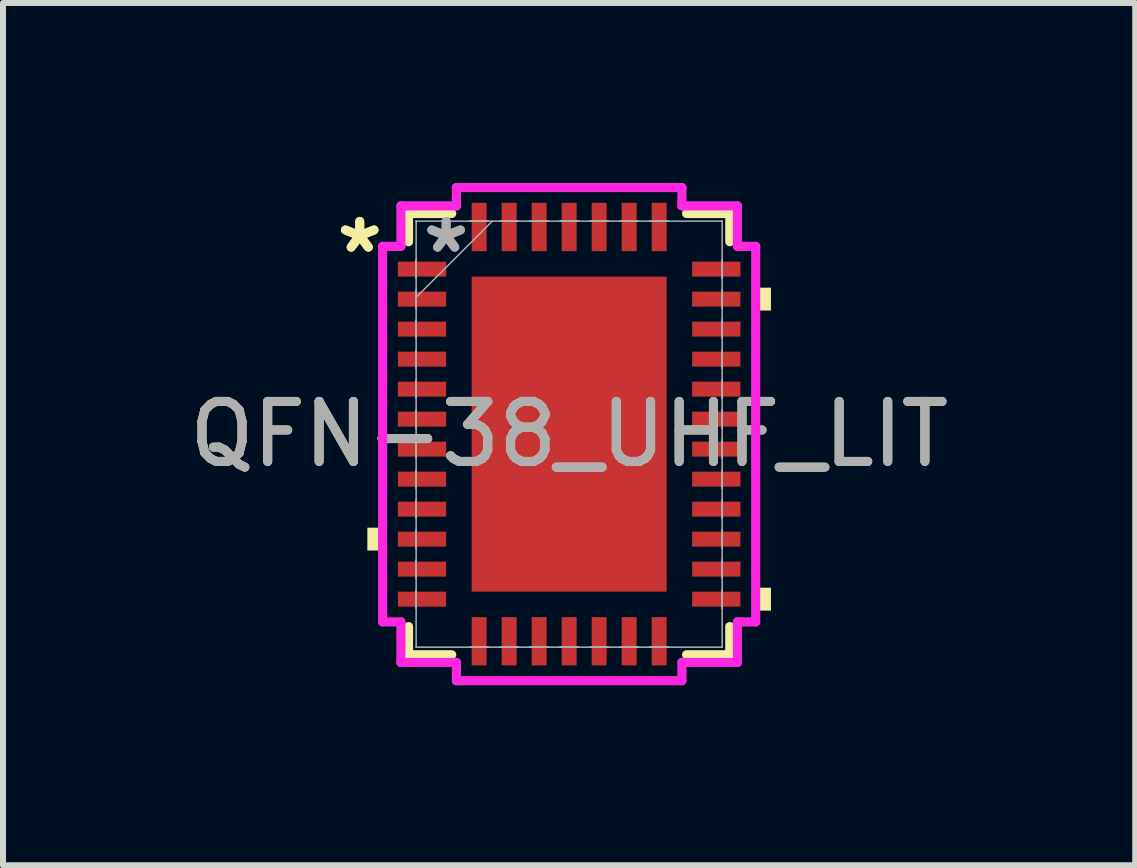
<source format=kicad_pcb>
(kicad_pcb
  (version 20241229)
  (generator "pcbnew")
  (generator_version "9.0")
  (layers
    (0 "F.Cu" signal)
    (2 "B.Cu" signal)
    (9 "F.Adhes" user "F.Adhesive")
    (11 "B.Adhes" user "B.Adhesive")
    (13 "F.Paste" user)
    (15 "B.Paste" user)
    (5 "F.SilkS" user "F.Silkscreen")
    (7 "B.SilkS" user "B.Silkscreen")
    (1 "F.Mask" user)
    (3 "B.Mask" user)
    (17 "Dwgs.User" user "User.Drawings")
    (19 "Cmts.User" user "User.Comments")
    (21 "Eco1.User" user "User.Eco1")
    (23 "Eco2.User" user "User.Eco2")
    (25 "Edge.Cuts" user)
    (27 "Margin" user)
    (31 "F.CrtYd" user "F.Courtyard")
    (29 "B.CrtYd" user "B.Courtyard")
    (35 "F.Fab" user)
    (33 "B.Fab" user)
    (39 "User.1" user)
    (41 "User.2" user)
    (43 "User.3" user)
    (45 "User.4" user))
  (footprint "QFN-38_UHF_LIT"
    (layer "F.Cu")
    (at 6.435 4.185)
    (property "Reference" "QFN-38_UHF_LIT" (at 0 0 0) (unlocked yes) (layer "F.SilkS") (effects (font (size 1 1) (thickness 0.15))))
    (attr smd)
    (fp_line (start -2.677 -3.677) (end -2.677 -3.207) (stroke (width 0.152) (type solid)) (layer "F.SilkS"))
    (fp_line (start -2.677 3.207) (end -2.677 3.677) (stroke (width 0.152) (type solid)) (layer "F.SilkS"))
    (fp_line (start -2.677 3.677) (end -1.957 3.677) (stroke (width 0.152) (type solid)) (layer "F.SilkS"))
    (fp_line (start -1.957 -3.677) (end -2.677 -3.677) (stroke (width 0.152) (type solid)) (layer "F.SilkS"))
    (fp_line (start 1.957 3.677) (end 2.677 3.677) (stroke (width 0.152) (type solid)) (layer "F.SilkS"))
    (fp_line (start 2.677 -3.677) (end 1.957 -3.677) (stroke (width 0.152) (type solid)) (layer "F.SilkS"))
    (fp_line (start 2.677 -3.207) (end 2.677 -3.677) (stroke (width 0.152) (type solid)) (layer "F.SilkS"))
    (fp_line (start 2.677 3.677) (end 2.677 3.207) (stroke (width 0.152) (type solid)) (layer "F.SilkS"))
    (fp_poly (pts (xy -3.363 1.559) (xy -3.363 1.94) (xy -3.109 1.94) (xy -3.109 1.559)) (stroke (width 0) (type solid)) (fill yes) (layer "F.SilkS"))
    (fp_poly (pts (xy 3.363 -2.441) (xy 3.363 -2.06) (xy 3.109 -2.06) (xy 3.109 -2.441)) (stroke (width 0) (type solid)) (fill yes) (layer "F.SilkS"))
    (fp_poly (pts (xy 3.363 2.559) (xy 3.363 2.941) (xy 3.109 2.941) (xy 3.109 2.559)) (stroke (width 0) (type solid)) (fill yes) (layer "F.SilkS"))
    (fp_poly (pts (xy -1.525 -2.525) (xy -1.525 -1.413) (xy -0.1 -1.413) (xy -0.1 -2.525)) (stroke (width 0) (type solid)) (fill yes) (layer "F.Paste"))
    (fp_poly (pts (xy -1.525 -1.212) (xy -1.525 -0.1) (xy -0.1 -0.1) (xy -0.1 -1.212)) (stroke (width 0) (type solid)) (fill yes) (layer "F.Paste"))
    (fp_poly (pts (xy -1.525 0.1) (xy -1.525 1.212) (xy -0.1 1.212) (xy -0.1 0.1)) (stroke (width 0) (type solid)) (fill yes) (layer "F.Paste"))
    (fp_poly (pts (xy -1.525 1.413) (xy -1.525 2.525) (xy -0.1 2.525) (xy -0.1 1.413)) (stroke (width 0) (type solid)) (fill yes) (layer "F.Paste"))
    (fp_poly (pts (xy 0.1 -2.525) (xy 0.1 -1.413) (xy 1.525 -1.413) (xy 1.525 -2.525)) (stroke (width 0) (type solid)) (fill yes) (layer "F.Paste"))
    (fp_poly (pts (xy 0.1 -1.212) (xy 0.1 -0.1) (xy 1.525 -0.1) (xy 1.525 -1.212)) (stroke (width 0) (type solid)) (fill yes) (layer "F.Paste"))
    (fp_poly (pts (xy 0.1 0.1) (xy 0.1 1.212) (xy 1.525 1.212) (xy 1.525 0.1)) (stroke (width 0) (type solid)) (fill yes) (layer "F.Paste"))
    (fp_poly (pts (xy 0.1 1.413) (xy 0.1 2.525) (xy 1.525 2.525) (xy 1.525 1.413)) (stroke (width 0) (type solid)) (fill yes) (layer "F.Paste"))
    (fp_line (start -3.109 -3.129) (end -2.804 -3.129) (stroke (width 0.152) (type solid)) (layer "F.CrtYd"))
    (fp_line (start -3.109 3.129) (end -3.109 -3.129) (stroke (width 0.152) (type solid)) (layer "F.CrtYd"))
    (fp_line (start -2.804 -3.804) (end -1.879 -3.804) (stroke (width 0.152) (type solid)) (layer "F.CrtYd"))
    (fp_line (start -2.804 -3.129) (end -2.804 -3.804) (stroke (width 0.152) (type solid)) (layer "F.CrtYd"))
    (fp_line (start -2.804 3.129) (end -3.109 3.129) (stroke (width 0.152) (type solid)) (layer "F.CrtYd"))
    (fp_line (start -2.804 3.804) (end -2.804 3.129) (stroke (width 0.152) (type solid)) (layer "F.CrtYd"))
    (fp_line (start -1.879 -4.109) (end 1.879 -4.109) (stroke (width 0.152) (type solid)) (layer "F.CrtYd"))
    (fp_line (start -1.879 -3.804) (end -1.879 -4.109) (stroke (width 0.152) (type solid)) (layer "F.CrtYd"))
    (fp_line (start -1.879 3.804) (end -2.804 3.804) (stroke (width 0.152) (type solid)) (layer "F.CrtYd"))
    (fp_line (start -1.879 4.109) (end -1.879 3.804) (stroke (width 0.152) (type solid)) (layer "F.CrtYd"))
    (fp_line (start 1.879 -4.109) (end 1.879 -3.804) (stroke (width 0.152) (type solid)) (layer "F.CrtYd"))
    (fp_line (start 1.879 -3.804) (end 2.804 -3.804) (stroke (width 0.152) (type solid)) (layer "F.CrtYd"))
    (fp_line (start 1.879 3.804) (end 1.879 4.109) (stroke (width 0.152) (type solid)) (layer "F.CrtYd"))
    (fp_line (start 1.879 4.109) (end -1.879 4.109) (stroke (width 0.152) (type solid)) (layer "F.CrtYd"))
    (fp_line (start 2.804 -3.804) (end 2.804 -3.129) (stroke (width 0.152) (type solid)) (layer "F.CrtYd"))
    (fp_line (start 2.804 -3.129) (end 3.109 -3.129) (stroke (width 0.152) (type solid)) (layer "F.CrtYd"))
    (fp_line (start 2.804 3.129) (end 2.804 3.804) (stroke (width 0.152) (type solid)) (layer "F.CrtYd"))
    (fp_line (start 2.804 3.804) (end 1.879 3.804) (stroke (width 0.152) (type solid)) (layer "F.CrtYd"))
    (fp_line (start 3.109 -3.129) (end 3.109 3.129) (stroke (width 0.152) (type solid)) (layer "F.CrtYd"))
    (fp_line (start 3.109 3.129) (end 2.804 3.129) (stroke (width 0.152) (type solid)) (layer "F.CrtYd"))
    (fp_line (start -2.55 -3.55) (end -2.55 -3.55) (stroke (width 0.025) (type solid)) (layer "F.Fab"))
    (fp_line (start -2.55 -3.55) (end -2.55 3.55) (stroke (width 0.025) (type solid)) (layer "F.Fab"))
    (fp_line (start -2.55 -2.9) (end -2.55 -2.9) (stroke (width 0.025) (type solid)) (layer "F.Fab"))
    (fp_line (start -2.55 -2.9) (end -2.55 -2.6) (stroke (width 0.025) (type solid)) (layer "F.Fab"))
    (fp_line (start -2.55 -2.6) (end -2.55 -2.9) (stroke (width 0.025) (type solid)) (layer "F.Fab"))
    (fp_line (start -2.55 -2.6) (end -2.55 -2.6) (stroke (width 0.025) (type solid)) (layer "F.Fab"))
    (fp_line (start -2.55 -2.4) (end -2.55 -2.4) (stroke (width 0.025) (type solid)) (layer "F.Fab"))
    (fp_line (start -2.55 -2.4) (end -2.55 -2.1) (stroke (width 0.025) (type solid)) (layer "F.Fab"))
    (fp_line (start -2.55 -2.28) (end -1.28 -3.55) (stroke (width 0.025) (type solid)) (layer "F.Fab"))
    (fp_line (start -2.55 -2.1) (end -2.55 -2.4) (stroke (width 0.025) (type solid)) (layer "F.Fab"))
    (fp_line (start -2.55 -2.1) (end -2.55 -2.1) (stroke (width 0.025) (type solid)) (layer "F.Fab"))
    (fp_line (start -2.55 -1.9) (end -2.55 -1.9) (stroke (width 0.025) (type solid)) (layer "F.Fab"))
    (fp_line (start -2.55 -1.9) (end -2.55 -1.6) (stroke (width 0.025) (type solid)) (layer "F.Fab"))
    (fp_line (start -2.55 -1.6) (end -2.55 -1.9) (stroke (width 0.025) (type solid)) (layer "F.Fab"))
    (fp_line (start -2.55 -1.6) (end -2.55 -1.6) (stroke (width 0.025) (type solid)) (layer "F.Fab"))
    (fp_line (start -2.55 -1.4) (end -2.55 -1.4) (stroke (width 0.025) (type solid)) (layer "F.Fab"))
    (fp_line (start -2.55 -1.4) (end -2.55 -1.1) (stroke (width 0.025) (type solid)) (layer "F.Fab"))
    (fp_line (start -2.55 -1.1) (end -2.55 -1.4) (stroke (width 0.025) (type solid)) (layer "F.Fab"))
    (fp_line (start -2.55 -1.1) (end -2.55 -1.1) (stroke (width 0.025) (type solid)) (layer "F.Fab"))
    (fp_line (start -2.55 -0.9) (end -2.55 -0.9) (stroke (width 0.025) (type solid)) (layer "F.Fab"))
    (fp_line (start -2.55 -0.9) (end -2.55 -0.6) (stroke (width 0.025) (type solid)) (layer "F.Fab"))
    (fp_line (start -2.55 -0.6) (end -2.55 -0.9) (stroke (width 0.025) (type solid)) (layer "F.Fab"))
    (fp_line (start -2.55 -0.6) (end -2.55 -0.6) (stroke (width 0.025) (type solid)) (layer "F.Fab"))
    (fp_line (start -2.55 -0.4) (end -2.55 -0.4) (stroke (width 0.025) (type solid)) (layer "F.Fab"))
    (fp_line (start -2.55 -0.4) (end -2.55 -0.1) (stroke (width 0.025) (type solid)) (layer "F.Fab"))
    (fp_line (start -2.55 -0.1) (end -2.55 -0.4) (stroke (width 0.025) (type solid)) (layer "F.Fab"))
    (fp_line (start -2.55 -0.1) (end -2.55 -0.1) (stroke (width 0.025) (type solid)) (layer "F.Fab"))
    (fp_line (start -2.55 0.1) (end -2.55 0.1) (stroke (width 0.025) (type solid)) (layer "F.Fab"))
    (fp_line (start -2.55 0.1) (end -2.55 0.4) (stroke (width 0.025) (type solid)) (layer "F.Fab"))
    (fp_line (start -2.55 0.4) (end -2.55 0.1) (stroke (width 0.025) (type solid)) (layer "F.Fab"))
    (fp_line (start -2.55 0.4) (end -2.55 0.4) (stroke (width 0.025) (type solid)) (layer "F.Fab"))
    (fp_line (start -2.55 0.6) (end -2.55 0.6) (stroke (width 0.025) (type solid)) (layer "F.Fab"))
    (fp_line (start -2.55 0.6) (end -2.55 0.9) (stroke (width 0.025) (type solid)) (layer "F.Fab"))
    (fp_line (start -2.55 0.9) (end -2.55 0.6) (stroke (width 0.025) (type solid)) (layer "F.Fab"))
    (fp_line (start -2.55 0.9) (end -2.55 0.9) (stroke (width 0.025) (type solid)) (layer "F.Fab"))
    (fp_line (start -2.55 1.1) (end -2.55 1.1) (stroke (width 0.025) (type solid)) (layer "F.Fab"))
    (fp_line (start -2.55 1.1) (end -2.55 1.4) (stroke (width 0.025) (type solid)) (layer "F.Fab"))
    (fp_line (start -2.55 1.4) (end -2.55 1.1) (stroke (width 0.025) (type solid)) (layer "F.Fab"))
    (fp_line (start -2.55 1.4) (end -2.55 1.4) (stroke (width 0.025) (type solid)) (layer "F.Fab"))
    (fp_line (start -2.55 1.6) (end -2.55 1.6) (stroke (width 0.025) (type solid)) (layer "F.Fab"))
    (fp_line (start -2.55 1.6) (end -2.55 1.9) (stroke (width 0.025) (type solid)) (layer "F.Fab"))
    (fp_line (start -2.55 1.9) (end -2.55 1.6) (stroke (width 0.025) (type solid)) (layer "F.Fab"))
    (fp_line (start -2.55 1.9) (end -2.55 1.9) (stroke (width 0.025) (type solid)) (layer "F.Fab"))
    (fp_line (start -2.55 2.1) (end -2.55 2.1) (stroke (width 0.025) (type solid)) (layer "F.Fab"))
    (fp_line (start -2.55 2.1) (end -2.55 2.4) (stroke (width 0.025) (type solid)) (layer "F.Fab"))
    (fp_line (start -2.55 2.4) (end -2.55 2.1) (stroke (width 0.025) (type solid)) (layer "F.Fab"))
    (fp_line (start -2.55 2.4) (end -2.55 2.4) (stroke (width 0.025) (type solid)) (layer "F.Fab"))
    (fp_line (start -2.55 2.6) (end -2.55 2.6) (stroke (width 0.025) (type solid)) (layer "F.Fab"))
    (fp_line (start -2.55 2.6) (end -2.55 2.9) (stroke (width 0.025) (type solid)) (layer "F.Fab"))
    (fp_line (start -2.55 2.9) (end -2.55 2.6) (stroke (width 0.025) (type solid)) (layer "F.Fab"))
    (fp_line (start -2.55 2.9) (end -2.55 2.9) (stroke (width 0.025) (type solid)) (layer "F.Fab"))
    (fp_line (start -2.55 3.55) (end -2.55 3.55) (stroke (width 0.025) (type solid)) (layer "F.Fab"))
    (fp_line (start -2.55 3.55) (end 2.55 3.55) (stroke (width 0.025) (type solid)) (layer "F.Fab"))
    (fp_line (start -1.65 -3.55) (end -1.65 -3.55) (stroke (width 0.025) (type solid)) (layer "F.Fab"))
    (fp_line (start -1.65 -3.55) (end -1.35 -3.55) (stroke (width 0.025) (type solid)) (layer "F.Fab"))
    (fp_line (start -1.65 3.55) (end -1.65 3.55) (stroke (width 0.025) (type solid)) (layer "F.Fab"))
    (fp_line (start -1.65 3.55) (end -1.35 3.55) (stroke (width 0.025) (type solid)) (layer "F.Fab"))
    (fp_line (start -1.35 -3.55) (end -1.65 -3.55) (stroke (width 0.025) (type solid)) (layer "F.Fab"))
    (fp_line (start -1.35 -3.55) (end -1.35 -3.55) (stroke (width 0.025) (type solid)) (layer "F.Fab"))
    (fp_line (start -1.35 3.55) (end -1.65 3.55) (stroke (width 0.025) (type solid)) (layer "F.Fab"))
    (fp_line (start -1.35 3.55) (end -1.35 3.55) (stroke (width 0.025) (type solid)) (layer "F.Fab"))
    (fp_line (start -1.15 -3.55) (end -1.15 -3.55) (stroke (width 0.025) (type solid)) (layer "F.Fab"))
    (fp_line (start -1.15 -3.55) (end -0.85 -3.55) (stroke (width 0.025) (type solid)) (layer "F.Fab"))
    (fp_line (start -1.15 3.55) (end -1.15 3.55) (stroke (width 0.025) (type solid)) (layer "F.Fab"))
    (fp_line (start -1.15 3.55) (end -0.85 3.55) (stroke (width 0.025) (type solid)) (layer "F.Fab"))
    (fp_line (start -0.85 -3.55) (end -1.15 -3.55) (stroke (width 0.025) (type solid)) (layer "F.Fab"))
    (fp_line (start -0.85 -3.55) (end -0.85 -3.55) (stroke (width 0.025) (type solid)) (layer "F.Fab"))
    (fp_line (start -0.85 3.55) (end -1.15 3.55) (stroke (width 0.025) (type solid)) (layer "F.Fab"))
    (fp_line (start -0.85 3.55) (end -0.85 3.55) (stroke (width 0.025) (type solid)) (layer "F.Fab"))
    (fp_line (start -0.65 -3.55) (end -0.65 -3.55) (stroke (width 0.025) (type solid)) (layer "F.Fab"))
    (fp_line (start -0.65 -3.55) (end -0.35 -3.55) (stroke (width 0.025) (type solid)) (layer "F.Fab"))
    (fp_line (start -0.65 3.55) (end -0.65 3.55) (stroke (width 0.025) (type solid)) (layer "F.Fab"))
    (fp_line (start -0.65 3.55) (end -0.35 3.55) (stroke (width 0.025) (type solid)) (layer "F.Fab"))
    (fp_line (start -0.35 -3.55) (end -0.65 -3.55) (stroke (width 0.025) (type solid)) (layer "F.Fab"))
    (fp_line (start -0.35 -3.55) (end -0.35 -3.55) (stroke (width 0.025) (type solid)) (layer "F.Fab"))
    (fp_line (start -0.35 3.55) (end -0.65 3.55) (stroke (width 0.025) (type solid)) (layer "F.Fab"))
    (fp_line (start -0.35 3.55) (end -0.35 3.55) (stroke (width 0.025) (type solid)) (layer "F.Fab"))
    (fp_line (start -0.15 -3.55) (end -0.15 -3.55) (stroke (width 0.025) (type solid)) (layer "F.Fab"))
    (fp_line (start -0.15 -3.55) (end 0.15 -3.55) (stroke (width 0.025) (type solid)) (layer "F.Fab"))
    (fp_line (start -0.15 3.55) (end -0.15 3.55) (stroke (width 0.025) (type solid)) (layer "F.Fab"))
    (fp_line (start -0.15 3.55) (end 0.15 3.55) (stroke (width 0.025) (type solid)) (layer "F.Fab"))
    (fp_line (start 0.15 -3.55) (end -0.15 -3.55) (stroke (width 0.025) (type solid)) (layer "F.Fab"))
    (fp_line (start 0.15 -3.55) (end 0.15 -3.55) (stroke (width 0.025) (type solid)) (layer "F.Fab"))
    (fp_line (start 0.15 3.55) (end -0.15 3.55) (stroke (width 0.025) (type solid)) (layer "F.Fab"))
    (fp_line (start 0.15 3.55) (end 0.15 3.55) (stroke (width 0.025) (type solid)) (layer "F.Fab"))
    (fp_line (start 0.35 -3.55) (end 0.35 -3.55) (stroke (width 0.025) (type solid)) (layer "F.Fab"))
    (fp_line (start 0.35 -3.55) (end 0.65 -3.55) (stroke (width 0.025) (type solid)) (layer "F.Fab"))
    (fp_line (start 0.35 3.55) (end 0.35 3.55) (stroke (width 0.025) (type solid)) (layer "F.Fab"))
    (fp_line (start 0.35 3.55) (end 0.65 3.55) (stroke (width 0.025) (type solid)) (layer "F.Fab"))
    (fp_line (start 0.65 -3.55) (end 0.35 -3.55) (stroke (width 0.025) (type solid)) (layer "F.Fab"))
    (fp_line (start 0.65 -3.55) (end 0.65 -3.55) (stroke (width 0.025) (type solid)) (layer "F.Fab"))
    (fp_line (start 0.65 3.55) (end 0.35 3.55) (stroke (width 0.025) (type solid)) (layer "F.Fab"))
    (fp_line (start 0.65 3.55) (end 0.65 3.55) (stroke (width 0.025) (type solid)) (layer "F.Fab"))
    (fp_line (start 0.85 -3.55) (end 0.85 -3.55) (stroke (width 0.025) (type solid)) (layer "F.Fab"))
    (fp_line (start 0.85 -3.55) (end 1.15 -3.55) (stroke (width 0.025) (type solid)) (layer "F.Fab"))
    (fp_line (start 0.85 3.55) (end 0.85 3.55) (stroke (width 0.025) (type solid)) (layer "F.Fab"))
    (fp_line (start 0.85 3.55) (end 1.15 3.55) (stroke (width 0.025) (type solid)) (layer "F.Fab"))
    (fp_line (start 1.15 -3.55) (end 0.85 -3.55) (stroke (width 0.025) (type solid)) (layer "F.Fab"))
    (fp_line (start 1.15 -3.55) (end 1.15 -3.55) (stroke (width 0.025) (type solid)) (layer "F.Fab"))
    (fp_line (start 1.15 3.55) (end 0.85 3.55) (stroke (width 0.025) (type solid)) (layer "F.Fab"))
    (fp_line (start 1.15 3.55) (end 1.15 3.55) (stroke (width 0.025) (type solid)) (layer "F.Fab"))
    (fp_line (start 1.35 -3.55) (end 1.35 -3.55) (stroke (width 0.025) (type solid)) (layer "F.Fab"))
    (fp_line (start 1.35 -3.55) (end 1.65 -3.55) (stroke (width 0.025) (type solid)) (layer "F.Fab"))
    (fp_line (start 1.35 3.55) (end 1.35 3.55) (stroke (width 0.025) (type solid)) (layer "F.Fab"))
    (fp_line (start 1.35 3.55) (end 1.65 3.55) (stroke (width 0.025) (type solid)) (layer "F.Fab"))
    (fp_line (start 1.65 -3.55) (end 1.35 -3.55) (stroke (width 0.025) (type solid)) (layer "F.Fab"))
    (fp_line (start 1.65 -3.55) (end 1.65 -3.55) (stroke (width 0.025) (type solid)) (layer "F.Fab"))
    (fp_line (start 1.65 3.55) (end 1.35 3.55) (stroke (width 0.025) (type solid)) (layer "F.Fab"))
    (fp_line (start 1.65 3.55) (end 1.65 3.55) (stroke (width 0.025) (type solid)) (layer "F.Fab"))
    (fp_line (start 2.55 -3.55) (end -2.55 -3.55) (stroke (width 0.025) (type solid)) (layer "F.Fab"))
    (fp_line (start 2.55 -3.55) (end 2.55 -3.55) (stroke (width 0.025) (type solid)) (layer "F.Fab"))
    (fp_line (start 2.55 -2.9) (end 2.55 -2.9) (stroke (width 0.025) (type solid)) (layer "F.Fab"))
    (fp_line (start 2.55 -2.9) (end 2.55 -2.6) (stroke (width 0.025) (type solid)) (layer "F.Fab"))
    (fp_line (start 2.55 -2.6) (end 2.55 -2.9) (stroke (width 0.025) (type solid)) (layer "F.Fab"))
    (fp_line (start 2.55 -2.6) (end 2.55 -2.6) (stroke (width 0.025) (type solid)) (layer "F.Fab"))
    (fp_line (start 2.55 -2.4) (end 2.55 -2.4) (stroke (width 0.025) (type solid)) (layer "F.Fab"))
    (fp_line (start 2.55 -2.4) (end 2.55 -2.1) (stroke (width 0.025) (type solid)) (layer "F.Fab"))
    (fp_line (start 2.55 -2.1) (end 2.55 -2.4) (stroke (width 0.025) (type solid)) (layer "F.Fab"))
    (fp_line (start 2.55 -2.1) (end 2.55 -2.1) (stroke (width 0.025) (type solid)) (layer "F.Fab"))
    (fp_line (start 2.55 -1.9) (end 2.55 -1.9) (stroke (width 0.025) (type solid)) (layer "F.Fab"))
    (fp_line (start 2.55 -1.9) (end 2.55 -1.6) (stroke (width 0.025) (type solid)) (layer "F.Fab"))
    (fp_line (start 2.55 -1.6) (end 2.55 -1.9) (stroke (width 0.025) (type solid)) (layer "F.Fab"))
    (fp_line (start 2.55 -1.6) (end 2.55 -1.6) (stroke (width 0.025) (type solid)) (layer "F.Fab"))
    (fp_line (start 2.55 -1.4) (end 2.55 -1.4) (stroke (width 0.025) (type solid)) (layer "F.Fab"))
    (fp_line (start 2.55 -1.4) (end 2.55 -1.1) (stroke (width 0.025) (type solid)) (layer "F.Fab"))
    (fp_line (start 2.55 -1.1) (end 2.55 -1.4) (stroke (width 0.025) (type solid)) (layer "F.Fab"))
    (fp_line (start 2.55 -1.1) (end 2.55 -1.1) (stroke (width 0.025) (type solid)) (layer "F.Fab"))
    (fp_line (start 2.55 -0.9) (end 2.55 -0.9) (stroke (width 0.025) (type solid)) (layer "F.Fab"))
    (fp_line (start 2.55 -0.9) (end 2.55 -0.6) (stroke (width 0.025) (type solid)) (layer "F.Fab"))
    (fp_line (start 2.55 -0.6) (end 2.55 -0.9) (stroke (width 0.025) (type solid)) (layer "F.Fab"))
    (fp_line (start 2.55 -0.6) (end 2.55 -0.6) (stroke (width 0.025) (type solid)) (layer "F.Fab"))
    (fp_line (start 2.55 -0.4) (end 2.55 -0.4) (stroke (width 0.025) (type solid)) (layer "F.Fab"))
    (fp_line (start 2.55 -0.4) (end 2.55 -0.1) (stroke (width 0.025) (type solid)) (layer "F.Fab"))
    (fp_line (start 2.55 -0.1) (end 2.55 -0.4) (stroke (width 0.025) (type solid)) (layer "F.Fab"))
    (fp_line (start 2.55 -0.1) (end 2.55 -0.1) (stroke (width 0.025) (type solid)) (layer "F.Fab"))
    (fp_line (start 2.55 0.1) (end 2.55 0.1) (stroke (width 0.025) (type solid)) (layer "F.Fab"))
    (fp_line (start 2.55 0.1) (end 2.55 0.4) (stroke (width 0.025) (type solid)) (layer "F.Fab"))
    (fp_line (start 2.55 0.4) (end 2.55 0.1) (stroke (width 0.025) (type solid)) (layer "F.Fab"))
    (fp_line (start 2.55 0.4) (end 2.55 0.4) (stroke (width 0.025) (type solid)) (layer "F.Fab"))
    (fp_line (start 2.55 0.6) (end 2.55 0.6) (stroke (width 0.025) (type solid)) (layer "F.Fab"))
    (fp_line (start 2.55 0.6) (end 2.55 0.9) (stroke (width 0.025) (type solid)) (layer "F.Fab"))
    (fp_line (start 2.55 0.9) (end 2.55 0.6) (stroke (width 0.025) (type solid)) (layer "F.Fab"))
    (fp_line (start 2.55 0.9) (end 2.55 0.9) (stroke (width 0.025) (type solid)) (layer "F.Fab"))
    (fp_line (start 2.55 1.1) (end 2.55 1.1) (stroke (width 0.025) (type solid)) (layer "F.Fab"))
    (fp_line (start 2.55 1.1) (end 2.55 1.4) (stroke (width 0.025) (type solid)) (layer "F.Fab"))
    (fp_line (start 2.55 1.4) (end 2.55 1.1) (stroke (width 0.025) (type solid)) (layer "F.Fab"))
    (fp_line (start 2.55 1.4) (end 2.55 1.4) (stroke (width 0.025) (type solid)) (layer "F.Fab"))
    (fp_line (start 2.55 1.6) (end 2.55 1.6) (stroke (width 0.025) (type solid)) (layer "F.Fab"))
    (fp_line (start 2.55 1.6) (end 2.55 1.9) (stroke (width 0.025) (type solid)) (layer "F.Fab"))
    (fp_line (start 2.55 1.9) (end 2.55 1.6) (stroke (width 0.025) (type solid)) (layer "F.Fab"))
    (fp_line (start 2.55 1.9) (end 2.55 1.9) (stroke (width 0.025) (type solid)) (layer "F.Fab"))
    (fp_line (start 2.55 2.1) (end 2.55 2.1) (stroke (width 0.025) (type solid)) (layer "F.Fab"))
    (fp_line (start 2.55 2.1) (end 2.55 2.4) (stroke (width 0.025) (type solid)) (layer "F.Fab"))
    (fp_line (start 2.55 2.4) (end 2.55 2.1) (stroke (width 0.025) (type solid)) (layer "F.Fab"))
    (fp_line (start 2.55 2.4) (end 2.55 2.4) (stroke (width 0.025) (type solid)) (layer "F.Fab"))
    (fp_line (start 2.55 2.6) (end 2.55 2.6) (stroke (width 0.025) (type solid)) (layer "F.Fab"))
    (fp_line (start 2.55 2.6) (end 2.55 2.9) (stroke (width 0.025) (type solid)) (layer "F.Fab"))
    (fp_line (start 2.55 2.9) (end 2.55 2.6) (stroke (width 0.025) (type solid)) (layer "F.Fab"))
    (fp_line (start 2.55 2.9) (end 2.55 2.9) (stroke (width 0.025) (type solid)) (layer "F.Fab"))
    (fp_line (start 2.55 3.55) (end 2.55 -3.55) (stroke (width 0.025) (type solid)) (layer "F.Fab"))
    (fp_line (start 2.55 3.55) (end 2.55 3.55) (stroke (width 0.025) (type solid)) (layer "F.Fab"))
    (fp_text user "*" (at -3.49 -3 0) (unlocked yes) (layer "F.SilkS") (effects (font (size 1 1) (thickness 0.15))))
    (fp_text user "*" (at -3.49 -3 0) (layer "F.SilkS") (effects (font (size 1 1) (thickness 0.15))))
    (fp_text user "*" (at -2.05 -3 0) (layer "F.Fab") (effects (font (size 1 1) (thickness 0.15))))
    (fp_text user "*" (at -2.05 -3 0) (unlocked yes) (layer "F.Fab") (effects (font (size 1 1) (thickness 0.15))))
    (fp_text user "${REFERENCE}" (at 0 0 0) (unlocked yes) (layer "F.Fab") (effects (font (size 1 1) (thickness 0.15))))
    (pad "1" smd rect (at -2.452 -2.75 90) (size 0.249 0.805) (layers "F.Cu" "F.Mask" "F.Paste"))
    (pad "2" smd rect (at -2.452 -2.25 90) (size 0.249 0.805) (layers "F.Cu" "F.Mask" "F.Paste"))
    (pad "3" smd rect (at -2.452 -1.75 90) (size 0.249 0.805) (layers "F.Cu" "F.Mask" "F.Paste"))
    (pad "4" smd rect (at -2.452 -1.25 90) (size 0.249 0.805) (layers "F.Cu" "F.Mask" "F.Paste"))
    (pad "5" smd rect (at -2.452 -0.75 90) (size 0.249 0.805) (layers "F.Cu" "F.Mask" "F.Paste"))
    (pad "6" smd rect (at -2.452 -0.25 90) (size 0.249 0.805) (layers "F.Cu" "F.Mask" "F.Paste"))
    (pad "7" smd rect (at -2.452 0.25 90) (size 0.249 0.805) (layers "F.Cu" "F.Mask" "F.Paste"))
    (pad "8" smd rect (at -2.452 0.75 90) (size 0.249 0.805) (layers "F.Cu" "F.Mask" "F.Paste"))
    (pad "9" smd rect (at -2.452 1.25 90) (size 0.249 0.805) (layers "F.Cu" "F.Mask" "F.Paste"))
    (pad "10" smd rect (at -2.452 1.75 90) (size 0.249 0.805) (layers "F.Cu" "F.Mask" "F.Paste"))
    (pad "11" smd rect (at -2.452 2.25 90) (size 0.249 0.805) (layers "F.Cu" "F.Mask" "F.Paste"))
    (pad "12" smd rect (at -2.452 2.75 90) (size 0.249 0.805) (layers "F.Cu" "F.Mask" "F.Paste"))
    (pad "13" smd rect (at -1.5 3.452) (size 0.249 0.805) (layers "F.Cu" "F.Mask" "F.Paste"))
    (pad "14" smd rect (at -1 3.452) (size 0.249 0.805) (layers "F.Cu" "F.Mask" "F.Paste"))
    (pad "15" smd rect (at -0.5 3.452) (size 0.249 0.805) (layers "F.Cu" "F.Mask" "F.Paste"))
    (pad "16" smd rect (at 0 3.452) (size 0.249 0.805) (layers "F.Cu" "F.Mask" "F.Paste"))
    (pad "17" smd rect (at 0.5 3.452) (size 0.249 0.805) (layers "F.Cu" "F.Mask" "F.Paste"))
    (pad "18" smd rect (at 1 3.452) (size 0.249 0.805) (layers "F.Cu" "F.Mask" "F.Paste"))
    (pad "19" smd rect (at 1.5 3.452) (size 0.249 0.805) (layers "F.Cu" "F.Mask" "F.Paste"))
    (pad "20" smd rect (at 2.452 2.75 90) (size 0.249 0.805) (layers "F.Cu" "F.Mask" "F.Paste"))
    (pad "21" smd rect (at 2.452 2.25 90) (size 0.249 0.805) (layers "F.Cu" "F.Mask" "F.Paste"))
    (pad "22" smd rect (at 2.452 1.75 90) (size 0.249 0.805) (layers "F.Cu" "F.Mask" "F.Paste"))
    (pad "23" smd rect (at 2.452 1.25 90) (size 0.249 0.805) (layers "F.Cu" "F.Mask" "F.Paste"))
    (pad "24" smd rect (at 2.452 0.75 90) (size 0.249 0.805) (layers "F.Cu" "F.Mask" "F.Paste"))
    (pad "25" smd rect (at 2.452 0.25 90) (size 0.249 0.805) (layers "F.Cu" "F.Mask" "F.Paste"))
    (pad "26" smd rect (at 2.452 -0.25 90) (size 0.249 0.805) (layers "F.Cu" "F.Mask" "F.Paste"))
    (pad "27" smd rect (at 2.452 -0.75 90) (size 0.249 0.805) (layers "F.Cu" "F.Mask" "F.Paste"))
    (pad "28" smd rect (at 2.452 -1.25 90) (size 0.249 0.805) (layers "F.Cu" "F.Mask" "F.Paste"))
    (pad "29" smd rect (at 2.452 -1.75 90) (size 0.249 0.805) (layers "F.Cu" "F.Mask" "F.Paste"))
    (pad "30" smd rect (at 2.452 -2.25 90) (size 0.249 0.805) (layers "F.Cu" "F.Mask" "F.Paste"))
    (pad "31" smd rect (at 2.452 -2.75 90) (size 0.249 0.805) (layers "F.Cu" "F.Mask" "F.Paste"))
    (pad "32" smd rect (at 1.5 -3.452) (size 0.249 0.805) (layers "F.Cu" "F.Mask" "F.Paste"))
    (pad "33" smd rect (at 1 -3.452) (size 0.249 0.805) (layers "F.Cu" "F.Mask" "F.Paste"))
    (pad "34" smd rect (at 0.5 -3.452) (size 0.249 0.805) (layers "F.Cu" "F.Mask" "F.Paste"))
    (pad "35" smd rect (at 0 -3.452) (size 0.249 0.805) (layers "F.Cu" "F.Mask" "F.Paste"))
    (pad "36" smd rect (at -0.5 -3.452) (size 0.249 0.805) (layers "F.Cu" "F.Mask" "F.Paste"))
    (pad "37" smd rect (at -1 -3.452) (size 0.249 0.805) (layers "F.Cu" "F.Mask" "F.Paste"))
    (pad "38" smd rect (at -1.5 -3.452) (size 0.249 0.805) (layers "F.Cu" "F.Mask" "F.Paste"))
    (pad "39" smd rect (at 0 0) (size 3.25 5.25) (layers "F.Cu" "F.Mask" "F.Paste")))
  (gr_rect
    (start -3 -3)
    (end 15.869 11.37)
    (stroke (width 0.1) (type default))
    (fill no)
    (layer "Edge.Cuts")))
</source>
